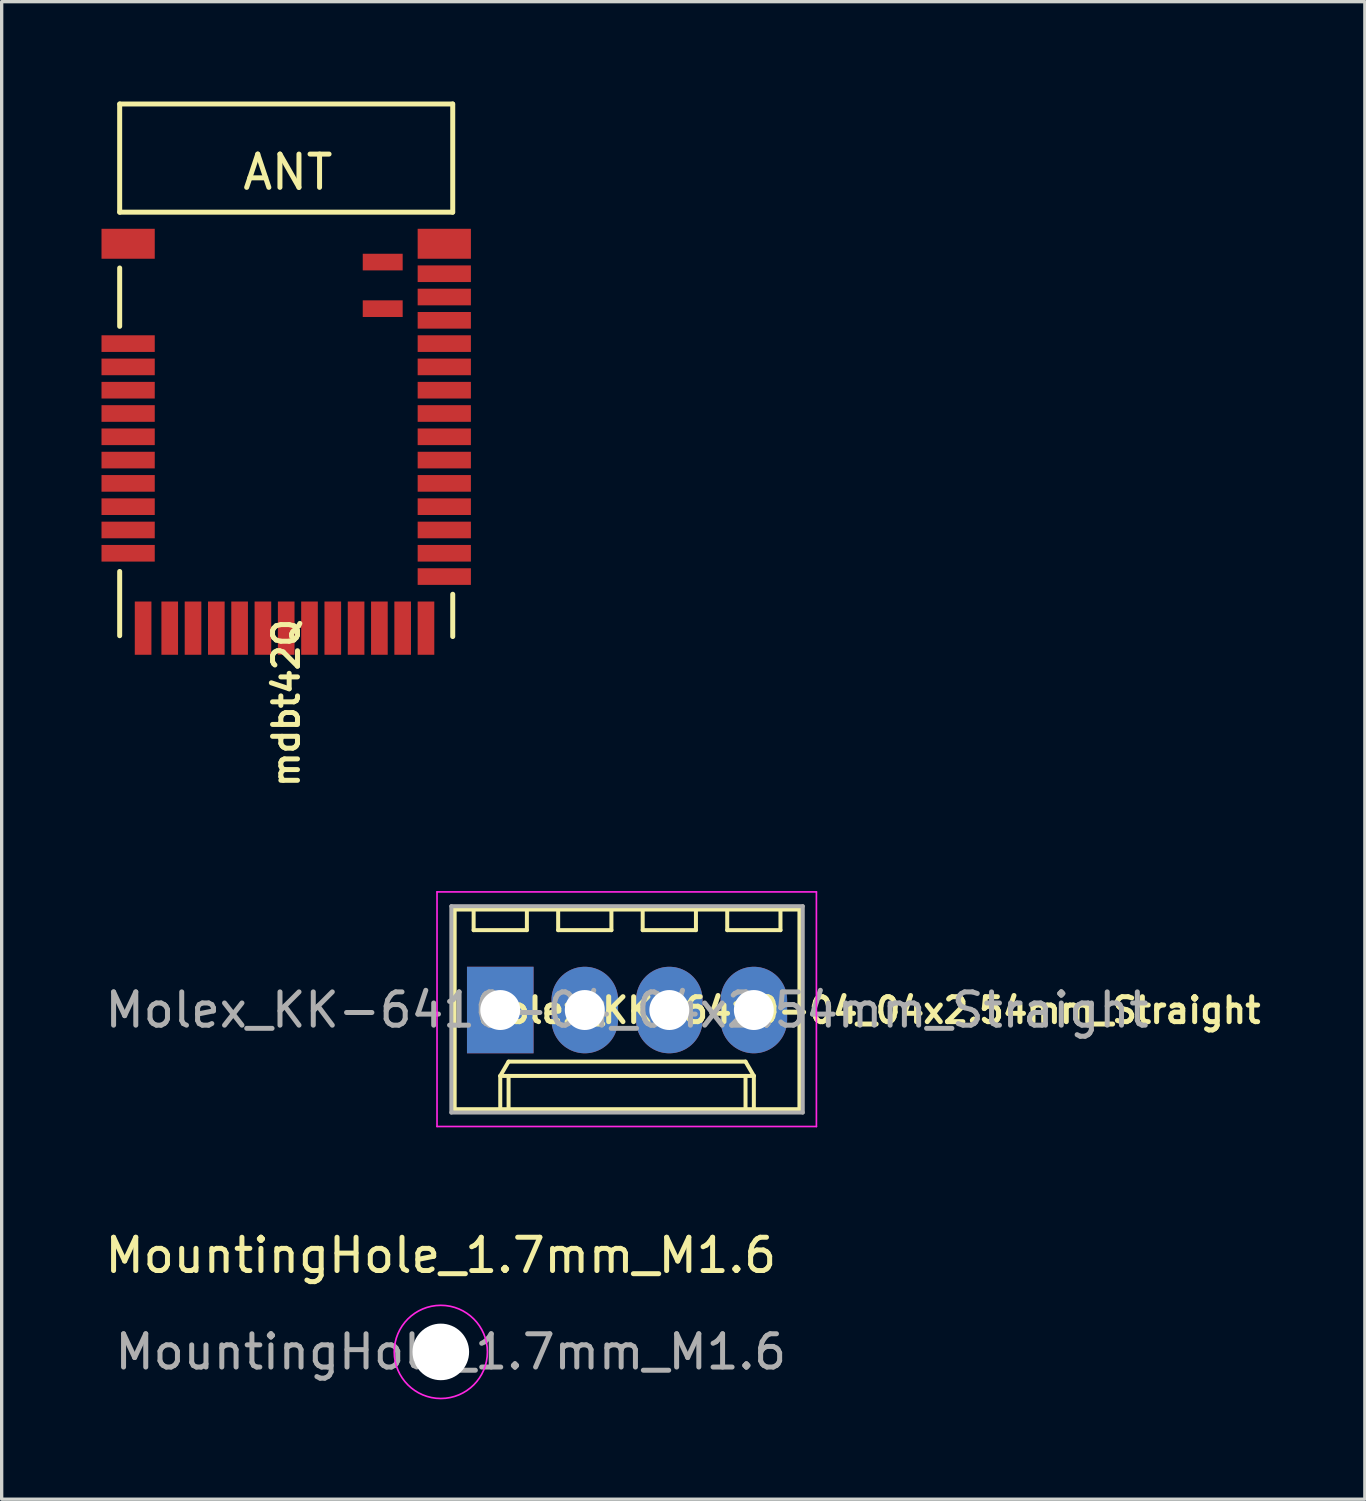
<source format=kicad_pcb>
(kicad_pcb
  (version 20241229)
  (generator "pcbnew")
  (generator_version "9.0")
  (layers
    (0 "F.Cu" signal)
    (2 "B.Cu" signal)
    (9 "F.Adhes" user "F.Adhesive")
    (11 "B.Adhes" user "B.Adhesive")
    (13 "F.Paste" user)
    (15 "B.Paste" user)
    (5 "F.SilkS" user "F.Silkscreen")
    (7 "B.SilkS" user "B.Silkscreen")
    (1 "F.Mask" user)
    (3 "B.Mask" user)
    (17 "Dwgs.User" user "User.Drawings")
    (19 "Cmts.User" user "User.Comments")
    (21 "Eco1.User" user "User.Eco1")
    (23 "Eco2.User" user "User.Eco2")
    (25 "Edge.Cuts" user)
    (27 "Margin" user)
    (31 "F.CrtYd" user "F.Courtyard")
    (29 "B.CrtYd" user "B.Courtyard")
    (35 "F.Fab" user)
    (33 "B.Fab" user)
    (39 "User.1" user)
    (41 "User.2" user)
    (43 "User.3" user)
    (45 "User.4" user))
  (footprint "MountingHole_1.7mm_M1.6"
    (layer "F.Cu")
    (at 10.196 37.573)
    (property "Reference" "MountingHole_1.7mm_M1.6" (at 0 -2.9 0) (layer "F.SilkS") (effects (font (size 1 1) (thickness 0.15))))
    (attr exclude_from_pos_files exclude_from_bom)
    (fp_circle (center 0 0) (end 1.4 0) (stroke (width 0.05) (type solid)) (fill no) (layer "F.CrtYd"))
    (fp_text user "${REFERENCE}" (at 0.3 0 0) (layer "F.Fab") (effects (font (size 1 1) (thickness 0.15))))
    (pad "" np_thru_hole circle (at 0 0) (size 1.7 1.7) (drill 1.7) (layers "*.Cu" "*.Mask")))
  (footprint "Molex_KK-6410-04_04x2.54mm_Straight"
    (layer "F.Cu")
    (at 11.982 27.3)
    (property "Reference" "Molex_KK-6410-04_04x2.54mm_Straight" (at 11.08 0.01 0) (layer "F.SilkS") (effects (font (size 0.75 0.75) (thickness 0.15))))
    (attr through_hole)
    (fp_line (start -1.37 -3.02) (end -1.37 2.98) (stroke (width 0.12) (type solid)) (layer "F.SilkS"))
    (fp_line (start -1.37 2.98) (end 8.99 2.98) (stroke (width 0.12) (type solid)) (layer "F.SilkS"))
    (fp_line (start -0.8 -3.02) (end -0.8 -2.4) (stroke (width 0.12) (type solid)) (layer "F.SilkS"))
    (fp_line (start -0.8 -2.4) (end 0.8 -2.4) (stroke (width 0.12) (type solid)) (layer "F.SilkS"))
    (fp_line (start 0 1.98) (end 0.25 1.55) (stroke (width 0.12) (type solid)) (layer "F.SilkS"))
    (fp_line (start 0 1.98) (end 7.62 1.98) (stroke (width 0.12) (type solid)) (layer "F.SilkS"))
    (fp_line (start 0 2.98) (end 0 1.98) (stroke (width 0.12) (type solid)) (layer "F.SilkS"))
    (fp_line (start 0.25 1.55) (end 7.37 1.55) (stroke (width 0.12) (type solid)) (layer "F.SilkS"))
    (fp_line (start 0.25 2.98) (end 0.25 1.98) (stroke (width 0.12) (type solid)) (layer "F.SilkS"))
    (fp_line (start 0.8 -2.4) (end 0.8 -3.02) (stroke (width 0.12) (type solid)) (layer "F.SilkS"))
    (fp_line (start 1.74 -3.02) (end 1.74 -2.4) (stroke (width 0.12) (type solid)) (layer "F.SilkS"))
    (fp_line (start 1.74 -2.4) (end 3.34 -2.4) (stroke (width 0.12) (type solid)) (layer "F.SilkS"))
    (fp_line (start 3.34 -2.4) (end 3.34 -3.02) (stroke (width 0.12) (type solid)) (layer "F.SilkS"))
    (fp_line (start 4.28 -3.02) (end 4.28 -2.4) (stroke (width 0.12) (type solid)) (layer "F.SilkS"))
    (fp_line (start 4.28 -2.4) (end 5.88 -2.4) (stroke (width 0.12) (type solid)) (layer "F.SilkS"))
    (fp_line (start 5.88 -2.4) (end 5.88 -3.02) (stroke (width 0.12) (type solid)) (layer "F.SilkS"))
    (fp_line (start 6.82 -3.02) (end 6.82 -2.4) (stroke (width 0.12) (type solid)) (layer "F.SilkS"))
    (fp_line (start 6.82 -2.4) (end 8.42 -2.4) (stroke (width 0.12) (type solid)) (layer "F.SilkS"))
    (fp_line (start 7.37 1.55) (end 7.62 1.98) (stroke (width 0.12) (type solid)) (layer "F.SilkS"))
    (fp_line (start 7.37 2.98) (end 7.37 1.98) (stroke (width 0.12) (type solid)) (layer "F.SilkS"))
    (fp_line (start 7.62 1.98) (end 7.62 2.98) (stroke (width 0.12) (type solid)) (layer "F.SilkS"))
    (fp_line (start 8.42 -2.4) (end 8.42 -3.02) (stroke (width 0.12) (type solid)) (layer "F.SilkS"))
    (fp_line (start 8.99 -3.02) (end -1.37 -3.02) (stroke (width 0.12) (type solid)) (layer "F.SilkS"))
    (fp_line (start 8.99 2.98) (end 8.99 -3.02) (stroke (width 0.12) (type solid)) (layer "F.SilkS"))
    (fp_line (start -1.9 -3.55) (end 9.5 -3.55) (stroke (width 0.05) (type solid)) (layer "F.CrtYd"))
    (fp_line (start -1.9 3.5) (end -1.9 -3.55) (stroke (width 0.05) (type solid)) (layer "F.CrtYd"))
    (fp_line (start 9.5 -3.55) (end 9.5 3.5) (stroke (width 0.05) (type solid)) (layer "F.CrtYd"))
    (fp_line (start 9.5 3.5) (end -1.9 3.5) (stroke (width 0.05) (type solid)) (layer "F.CrtYd"))
    (fp_line (start -1.47 -3.12) (end -1.47 3.08) (stroke (width 0.12) (type solid)) (layer "F.Fab"))
    (fp_line (start -1.47 3.08) (end 9.09 3.08) (stroke (width 0.12) (type solid)) (layer "F.Fab"))
    (fp_line (start 9.09 -3.12) (end -1.47 -3.12) (stroke (width 0.12) (type solid)) (layer "F.Fab"))
    (fp_line (start 9.09 3.08) (end 9.09 -3.12) (stroke (width 0.12) (type solid)) (layer "F.Fab"))
    (fp_text user "${REFERENCE}" (at 3.81 0 0) (layer "F.Fab") (effects (font (size 1 1) (thickness 0.15))))
    (pad "A" thru_hole rect (at 0 0) (size 2 2.6) (drill 1.2) (layers "*.Cu" "*.Mask"))
    (pad "B" thru_hole oval (at 2.54 0) (size 2 2.6) (drill 1.2) (layers "*.Cu" "*.Mask"))
    (pad "C" thru_hole oval (at 5.08 0) (size 2 2.6) (drill 1.2) (layers "*.Cu" "*.Mask"))
    (pad "D" thru_hole oval (at 7.62 0) (size 2 2.6) (drill 1.2) (layers "*.Cu" "*.Mask")))
  (footprint "mdbt42Q"
    (layer "F.Cu")
    (at 5.55 9.575)
    (property "Reference" "mdbt42Q" (at 0 8.5 90) (layer "F.SilkS") (effects (font (size 0.75 0.75) (thickness 0.15))))
    (attr smd)
    (fp_line (start -5.004 -9.5) (end -5.004 -6.248) (stroke (width 0.15) (type solid)) (layer "F.SilkS"))
    (fp_line (start -5.004 -2.819) (end -5.004 -4.572) (stroke (width 0.15) (type solid)) (layer "F.SilkS"))
    (fp_line (start -5.004 6.477) (end -5.004 4.547) (stroke (width 0.15) (type solid)) (layer "F.SilkS"))
    (fp_line (start -5 -9.5) (end 5 -9.5) (stroke (width 0.15) (type solid)) (layer "F.SilkS"))
    (fp_line (start 5 -6.25) (end -5 -6.25) (stroke (width 0.15) (type solid)) (layer "F.SilkS"))
    (fp_line (start 5.004 -9.5) (end 5.004 -6.248) (stroke (width 0.15) (type solid)) (layer "F.SilkS"))
    (fp_line (start 5.004 6.502) (end 5.004 5.232) (stroke (width 0.15) (type solid)) (layer "F.SilkS"))
    (fp_text user "ANT" (at 0.05 -7.45 0) (layer "F.SilkS") (effects (font (size 1 1) (thickness 0.15))))
    (pad "1" smd rect (at -4.75 -5.3) (size 1.6 0.9) (layers "F.Cu" "F.Mask" "F.Paste"))
    (pad "2" smd rect (at -4.75 -2.3) (size 1.6 0.5) (layers "F.Cu" "F.Mask" "F.Paste"))
    (pad "3" smd rect (at -4.75 -1.6) (size 1.6 0.5) (layers "F.Cu" "F.Mask" "F.Paste"))
    (pad "4" smd rect (at -4.75 -0.9) (size 1.6 0.5) (layers "F.Cu" "F.Mask" "F.Paste"))
    (pad "5" smd rect (at -4.75 -0.2) (size 1.6 0.5) (layers "F.Cu" "F.Mask" "F.Paste"))
    (pad "6" smd rect (at -4.75 0.5) (size 1.6 0.5) (layers "F.Cu" "F.Mask" "F.Paste"))
    (pad "7" smd rect (at -4.75 1.2) (size 1.6 0.5) (layers "F.Cu" "F.Mask" "F.Paste"))
    (pad "8" smd rect (at -4.75 1.9) (size 1.6 0.5) (layers "F.Cu" "F.Mask" "F.Paste"))
    (pad "9" smd rect (at -4.75 2.6) (size 1.6 0.5) (layers "F.Cu" "F.Mask" "F.Paste"))
    (pad "10" smd rect (at -4.75 3.3) (size 1.6 0.5) (layers "F.Cu" "F.Mask" "F.Paste"))
    (pad "11" smd rect (at -4.75 4) (size 1.6 0.5) (layers "F.Cu" "F.Mask" "F.Paste"))
    (pad "12" smd rect (at -4.3 6.25) (size 0.5 1.6) (layers "F.Cu" "F.Mask" "F.Paste"))
    (pad "13" smd rect (at -3.5 6.25) (size 0.5 1.6) (layers "F.Cu" "F.Mask" "F.Paste"))
    (pad "14" smd rect (at -2.8 6.25) (size 0.5 1.6) (layers "F.Cu" "F.Mask" "F.Paste"))
    (pad "15" smd rect (at -2.1 6.25) (size 0.5 1.6) (layers "F.Cu" "F.Mask" "F.Paste"))
    (pad "16" smd rect (at -1.4 6.25) (size 0.5 1.6) (layers "F.Cu" "F.Mask" "F.Paste"))
    (pad "17" smd rect (at -0.7 6.25) (size 0.5 1.6) (layers "F.Cu" "F.Mask" "F.Paste"))
    (pad "18" smd rect (at 0 6.25) (size 0.5 1.6) (layers "F.Cu" "F.Mask" "F.Paste"))
    (pad "19" smd rect (at 0.7 6.25) (size 0.5 1.6) (layers "F.Cu" "F.Mask" "F.Paste"))
    (pad "20" smd rect (at 1.4 6.25) (size 0.5 1.6) (layers "F.Cu" "F.Mask" "F.Paste"))
    (pad "21" smd rect (at 2.1 6.25) (size 0.5 1.6) (layers "F.Cu" "F.Mask" "F.Paste"))
    (pad "22" smd rect (at 2.8 6.25) (size 0.5 1.6) (layers "F.Cu" "F.Mask" "F.Paste"))
    (pad "23" smd rect (at 3.5 6.25) (size 0.5 1.6) (layers "F.Cu" "F.Mask" "F.Paste"))
    (pad "24" smd rect (at 4.2 6.25) (size 0.5 1.6) (layers "F.Cu" "F.Mask" "F.Paste"))
    (pad "25" smd rect (at 4.75 4.7) (size 1.6 0.5) (layers "F.Cu" "F.Mask" "F.Paste"))
    (pad "26" smd rect (at 4.75 4) (size 1.6 0.5) (layers "F.Cu" "F.Mask" "F.Paste"))
    (pad "27" smd rect (at 4.75 3.3) (size 1.6 0.5) (layers "F.Cu" "F.Mask" "F.Paste"))
    (pad "28" smd rect (at 4.75 2.6) (size 1.6 0.5) (layers "F.Cu" "F.Mask" "F.Paste"))
    (pad "29" smd rect (at 4.75 1.9) (size 1.6 0.5) (layers "F.Cu" "F.Mask" "F.Paste"))
    (pad "30" smd rect (at 4.75 1.2) (size 1.6 0.5) (layers "F.Cu" "F.Mask" "F.Paste"))
    (pad "31" smd rect (at 4.75 0.5) (size 1.6 0.5) (layers "F.Cu" "F.Mask" "F.Paste"))
    (pad "32" smd rect (at 4.75 -0.2) (size 1.6 0.5) (layers "F.Cu" "F.Mask" "F.Paste"))
    (pad "33" smd rect (at 4.75 -0.9) (size 1.6 0.5) (layers "F.Cu" "F.Mask" "F.Paste"))
    (pad "34" smd rect (at 4.75 -1.6) (size 1.6 0.5) (layers "F.Cu" "F.Mask" "F.Paste"))
    (pad "35" smd rect (at 4.75 -2.3) (size 1.6 0.5) (layers "F.Cu" "F.Mask" "F.Paste"))
    (pad "36" smd rect (at 4.75 -3) (size 1.6 0.5) (layers "F.Cu" "F.Mask" "F.Paste"))
    (pad "37" smd rect (at 4.75 -3.7) (size 1.6 0.5) (layers "F.Cu" "F.Mask" "F.Paste"))
    (pad "38" smd rect (at 4.75 -4.4) (size 1.6 0.5) (layers "F.Cu" "F.Mask" "F.Paste"))
    (pad "39" smd rect (at 4.75 -5.3) (size 1.6 0.9) (layers "F.Cu" "F.Mask" "F.Paste"))
    (pad "40" smd rect (at 2.9 -4.75) (size 1.2 0.5) (layers "F.Cu" "F.Mask" "F.Paste"))
    (pad "41" smd rect (at 2.9 -3.35) (size 1.2 0.5) (layers "F.Cu" "F.Mask" "F.Paste")))
  (gr_rect
    (start -3 -3)
    (end 37.962 41.998)
    (stroke (width 0.1) (type default))
    (fill no)
    (layer "Edge.Cuts")))
</source>
